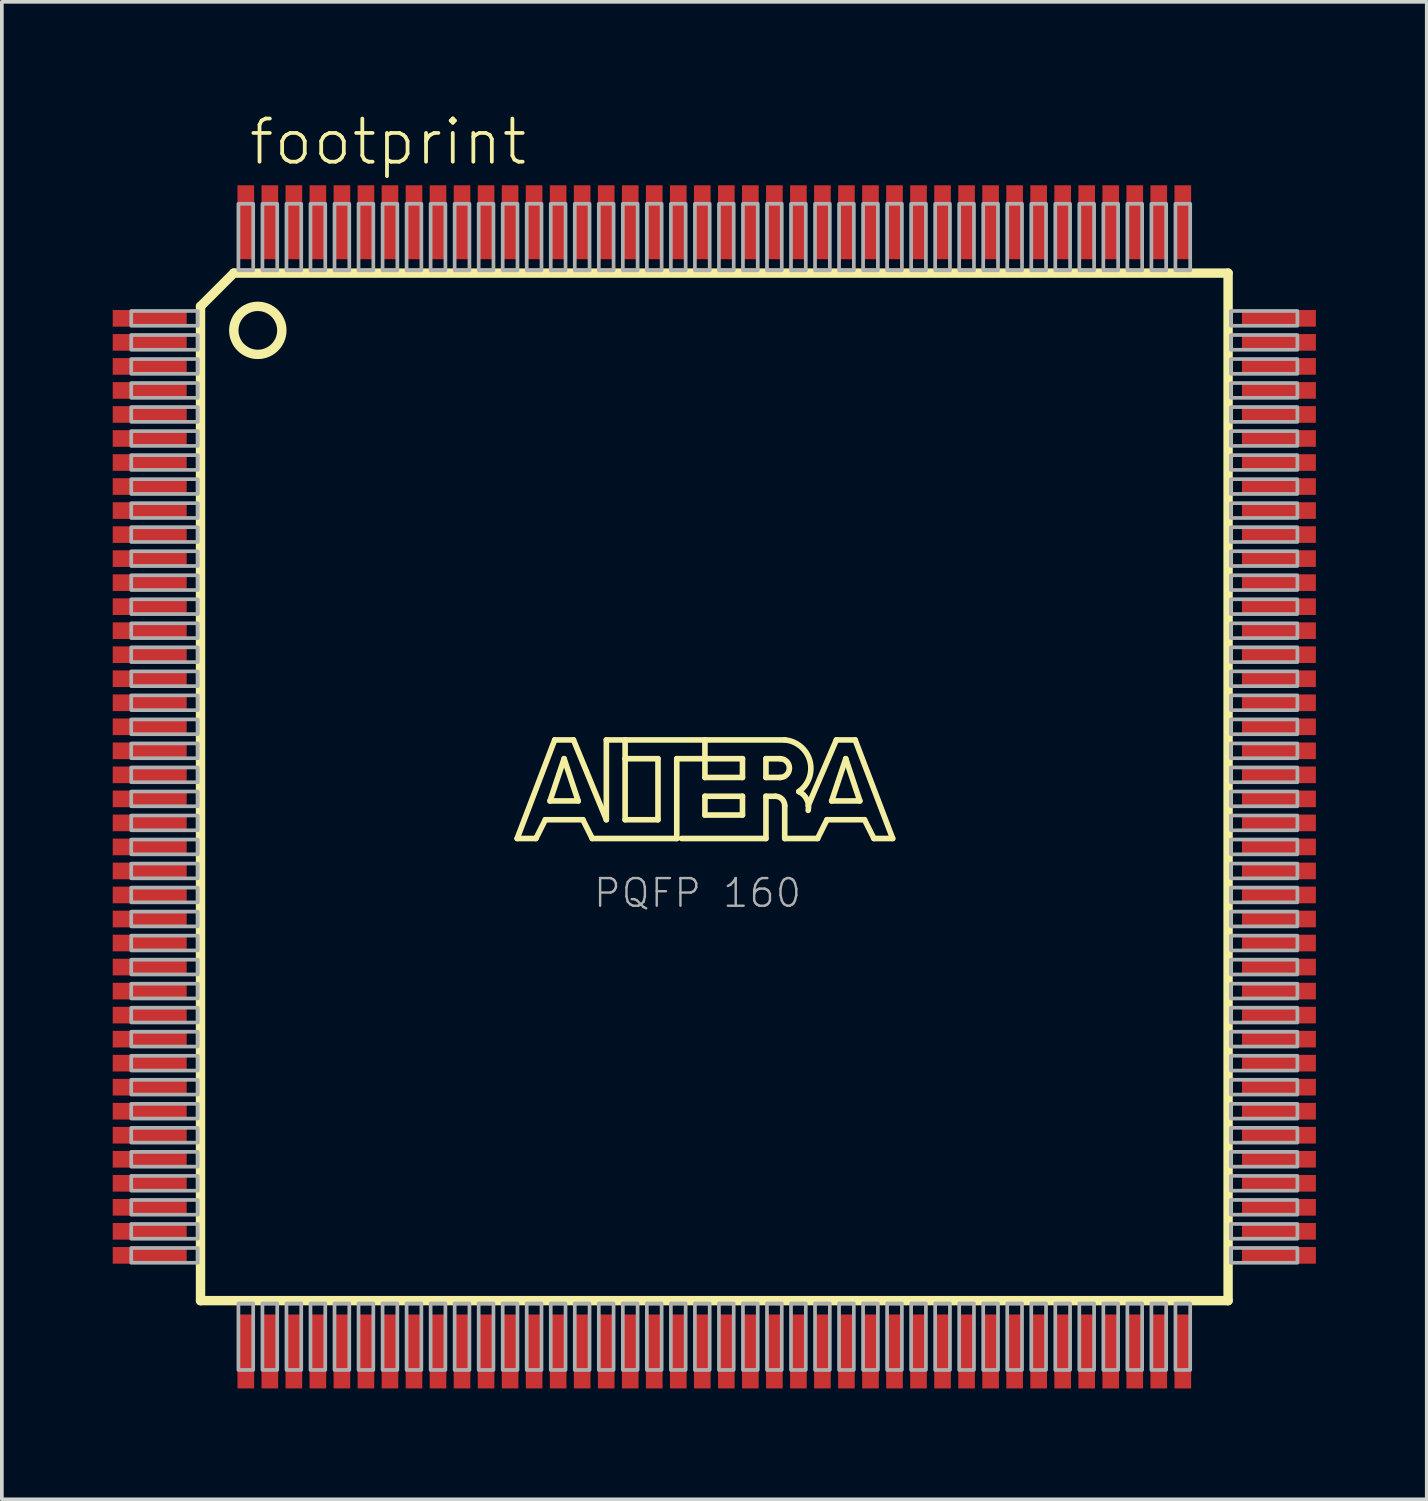
<source format=kicad_pcb>
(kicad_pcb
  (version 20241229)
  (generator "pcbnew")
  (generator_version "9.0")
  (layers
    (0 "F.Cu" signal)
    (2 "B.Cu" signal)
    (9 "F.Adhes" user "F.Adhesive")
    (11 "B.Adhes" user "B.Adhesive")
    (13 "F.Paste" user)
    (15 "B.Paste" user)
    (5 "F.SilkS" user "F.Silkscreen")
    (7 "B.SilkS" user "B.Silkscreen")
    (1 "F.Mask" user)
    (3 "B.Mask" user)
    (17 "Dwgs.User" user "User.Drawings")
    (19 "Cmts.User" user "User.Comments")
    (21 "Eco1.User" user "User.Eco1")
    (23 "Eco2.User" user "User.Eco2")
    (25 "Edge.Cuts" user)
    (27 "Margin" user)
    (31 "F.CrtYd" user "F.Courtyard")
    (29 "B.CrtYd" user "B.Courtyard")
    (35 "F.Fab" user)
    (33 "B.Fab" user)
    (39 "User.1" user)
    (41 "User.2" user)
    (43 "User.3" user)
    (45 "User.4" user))
  (footprint "footprint"
    (layer "F.Cu")
    (at 16.275 18.238)
    (property "Reference" "footprint" (at -12.649 -16.765 0) (layer "F.SilkS") (effects (font (size 1.168 1.168) (thickness 0.102)) (justify left bottom)))
    (fp_line (start -13.9 -13) (end -13 -13.9) (stroke (width 0.254) (type solid)) (layer "F.SilkS"))
    (fp_line (start -13.9 13.9) (end -13.9 -13) (stroke (width 0.254) (type solid)) (layer "F.SilkS"))
    (fp_line (start -13 -13.9) (end 13.9 -13.9) (stroke (width 0.254) (type solid)) (layer "F.SilkS"))
    (fp_line (start -5.334 1.397) (end -4.318 -1.27) (stroke (width 0.152) (type solid)) (layer "F.SilkS"))
    (fp_line (start -4.826 1.397) (end -5.334 1.397) (stroke (width 0.152) (type solid)) (layer "F.SilkS"))
    (fp_line (start -4.572 0.889) (end -4.826 1.397) (stroke (width 0.152) (type solid)) (layer "F.SilkS"))
    (fp_line (start -4.445 0.381) (end -3.683 0.381) (stroke (width 0.152) (type solid)) (layer "F.SilkS"))
    (fp_line (start -4.318 -1.27) (end -3.81 -1.27) (stroke (width 0.152) (type solid)) (layer "F.SilkS"))
    (fp_line (start -4.064 -0.762) (end -4.445 0.381) (stroke (width 0.152) (type solid)) (layer "F.SilkS"))
    (fp_line (start -3.81 -1.27) (end -2.921 0.889) (stroke (width 0.152) (type solid)) (layer "F.SilkS"))
    (fp_line (start -3.683 0.381) (end -4.064 -0.762) (stroke (width 0.152) (type solid)) (layer "F.SilkS"))
    (fp_line (start -3.556 0.889) (end -4.572 0.889) (stroke (width 0.152) (type solid)) (layer "F.SilkS"))
    (fp_line (start -3.302 1.397) (end -3.556 0.889) (stroke (width 0.152) (type solid)) (layer "F.SilkS"))
    (fp_line (start -2.921 -1.27) (end -2.413 -1.27) (stroke (width 0.152) (type solid)) (layer "F.SilkS"))
    (fp_line (start -2.921 0.889) (end -2.921 -1.27) (stroke (width 0.152) (type solid)) (layer "F.SilkS"))
    (fp_line (start -2.413 -1.27) (end -2.413 -0.762) (stroke (width 0.152) (type solid)) (layer "F.SilkS"))
    (fp_line (start -2.413 -1.27) (end -0.254 -1.27) (stroke (width 0.152) (type solid)) (layer "F.SilkS"))
    (fp_line (start -2.413 -0.762) (end -2.413 0.889) (stroke (width 0.152) (type solid)) (layer "F.SilkS"))
    (fp_line (start -2.413 0.889) (end -1.524 0.889) (stroke (width 0.152) (type solid)) (layer "F.SilkS"))
    (fp_line (start -1.524 -0.762) (end -2.413 -0.762) (stroke (width 0.152) (type solid)) (layer "F.SilkS"))
    (fp_line (start -1.524 0.889) (end -1.524 -0.762) (stroke (width 0.152) (type solid)) (layer "F.SilkS"))
    (fp_line (start -1.016 -0.762) (end -1.016 1.397) (stroke (width 0.152) (type solid)) (layer "F.SilkS"))
    (fp_line (start -1.016 1.397) (end -3.302 1.397) (stroke (width 0.152) (type solid)) (layer "F.SilkS"))
    (fp_line (start -0.254 -1.27) (end -0.254 -0.762) (stroke (width 0.152) (type solid)) (layer "F.SilkS"))
    (fp_line (start -0.254 -1.27) (end 1.905 -1.27) (stroke (width 0.152) (type solid)) (layer "F.SilkS"))
    (fp_line (start -0.254 -0.762) (end -1.016 -0.762) (stroke (width 0.152) (type solid)) (layer "F.SilkS"))
    (fp_line (start -0.254 -0.762) (end -0.254 -0.254) (stroke (width 0.152) (type solid)) (layer "F.SilkS"))
    (fp_line (start -0.254 -0.254) (end 0.762 -0.254) (stroke (width 0.152) (type solid)) (layer "F.SilkS"))
    (fp_line (start -0.254 0.254) (end 0.762 0.254) (stroke (width 0.152) (type solid)) (layer "F.SilkS"))
    (fp_line (start -0.254 0.762) (end -0.254 0.254) (stroke (width 0.152) (type solid)) (layer "F.SilkS"))
    (fp_line (start 0.762 -0.762) (end -0.254 -0.762) (stroke (width 0.152) (type solid)) (layer "F.SilkS"))
    (fp_line (start 0.762 -0.254) (end 0.762 -0.762) (stroke (width 0.152) (type solid)) (layer "F.SilkS"))
    (fp_line (start 0.762 0.254) (end 0.762 0.762) (stroke (width 0.152) (type solid)) (layer "F.SilkS"))
    (fp_line (start 0.762 0.762) (end -0.254 0.762) (stroke (width 0.152) (type solid)) (layer "F.SilkS"))
    (fp_line (start 1.397 -0.762) (end 1.397 -0.254) (stroke (width 0.152) (type solid)) (layer "F.SilkS"))
    (fp_line (start 1.397 -0.254) (end 1.778 -0.254) (stroke (width 0.152) (type solid)) (layer "F.SilkS"))
    (fp_line (start 1.397 0.254) (end 1.397 1.397) (stroke (width 0.152) (type solid)) (layer "F.SilkS"))
    (fp_line (start 1.397 0.254) (end 1.651 0.254) (stroke (width 0.152) (type solid)) (layer "F.SilkS"))
    (fp_line (start 1.397 1.397) (end -0.889 1.397) (stroke (width 0.152) (type solid)) (layer "F.SilkS"))
    (fp_line (start 1.778 -0.762) (end 1.397 -0.762) (stroke (width 0.152) (type solid)) (layer "F.SilkS"))
    (fp_line (start 1.905 0.508) (end 1.905 1.397) (stroke (width 0.152) (type solid)) (layer "F.SilkS"))
    (fp_line (start 1.905 1.397) (end 2.794 1.397) (stroke (width 0.152) (type solid)) (layer "F.SilkS"))
    (fp_line (start 2.794 1.397) (end 3.048 0.889) (stroke (width 0.152) (type solid)) (layer "F.SilkS"))
    (fp_line (start 3.048 0.889) (end 4.064 0.889) (stroke (width 0.152) (type solid)) (layer "F.SilkS"))
    (fp_line (start 3.175 0.381) (end 3.556 -0.762) (stroke (width 0.152) (type solid)) (layer "F.SilkS"))
    (fp_line (start 3.302 -1.27) (end 2.54 0.508) (stroke (width 0.152) (type solid)) (layer "F.SilkS"))
    (fp_line (start 3.556 -0.762) (end 3.937 0.381) (stroke (width 0.152) (type solid)) (layer "F.SilkS"))
    (fp_line (start 3.81 -1.27) (end 3.302 -1.27) (stroke (width 0.152) (type solid)) (layer "F.SilkS"))
    (fp_line (start 3.937 0.381) (end 3.175 0.381) (stroke (width 0.152) (type solid)) (layer "F.SilkS"))
    (fp_line (start 4.064 0.889) (end 4.318 1.397) (stroke (width 0.152) (type solid)) (layer "F.SilkS"))
    (fp_line (start 4.318 1.397) (end 4.826 1.397) (stroke (width 0.152) (type solid)) (layer "F.SilkS"))
    (fp_line (start 4.826 1.397) (end 3.81 -1.27) (stroke (width 0.152) (type solid)) (layer "F.SilkS"))
    (fp_line (start 13.9 -13.9) (end 13.9 13.9) (stroke (width 0.254) (type solid)) (layer "F.SilkS"))
    (fp_line (start 13.9 13.9) (end -13.9 13.9) (stroke (width 0.254) (type solid)) (layer "F.SilkS"))
    (fp_arc (start 1.651 0.254) (mid 1.830605 0.328395) (end 1.905 0.508) (stroke (width 0.1524) (type solid)) (layer "F.SilkS"))
    (fp_arc (start 1.778 -0.762) (mid 2.032 -0.508) (end 1.778 -0.254) (stroke (width 0.1524) (type solid)) (layer "F.SilkS"))
    (fp_arc (start 1.905 -1.27) (mid 2.585094 -0.704629) (end 2.286098 0.127701) (stroke (width 0.1524) (type solid)) (layer "F.SilkS"))
    (fp_arc (start 2.286 0.127) (mid 2.501981 0.336487) (end 2.539699 0.635) (stroke (width 0.1524) (type solid)) (layer "F.SilkS"))
    (fp_circle (center -12.35 -12.35) (end -11.7 -12.35) (stroke (width 0.254) (type solid)) (fill no) (layer "F.SilkS"))
    (fp_poly (pts (xy -15.775 -12.475) (xy -13.975 -12.475) (xy -13.975 -12.875) (xy -15.775 -12.875)) (stroke (width 0.1) (type solid)) (fill no) (layer "F.Fab"))
    (fp_poly (pts (xy -15.775 -11.825) (xy -13.975 -11.825) (xy -13.975 -12.225) (xy -15.775 -12.225)) (stroke (width 0.1) (type solid)) (fill no) (layer "F.Fab"))
    (fp_poly (pts (xy -15.775 -11.175) (xy -13.975 -11.175) (xy -13.975 -11.575) (xy -15.775 -11.575)) (stroke (width 0.1) (type solid)) (fill no) (layer "F.Fab"))
    (fp_poly (pts (xy -15.775 -10.525) (xy -13.975 -10.525) (xy -13.975 -10.925) (xy -15.775 -10.925)) (stroke (width 0.1) (type solid)) (fill no) (layer "F.Fab"))
    (fp_poly (pts (xy -15.775 -9.875) (xy -13.975 -9.875) (xy -13.975 -10.275) (xy -15.775 -10.275)) (stroke (width 0.1) (type solid)) (fill no) (layer "F.Fab"))
    (fp_poly (pts (xy -15.775 -9.225) (xy -13.975 -9.225) (xy -13.975 -9.625) (xy -15.775 -9.625)) (stroke (width 0.1) (type solid)) (fill no) (layer "F.Fab"))
    (fp_poly (pts (xy -15.775 -8.575) (xy -13.975 -8.575) (xy -13.975 -8.975) (xy -15.775 -8.975)) (stroke (width 0.1) (type solid)) (fill no) (layer "F.Fab"))
    (fp_poly (pts (xy -15.775 -7.925) (xy -13.975 -7.925) (xy -13.975 -8.325) (xy -15.775 -8.325)) (stroke (width 0.1) (type solid)) (fill no) (layer "F.Fab"))
    (fp_poly (pts (xy -15.775 -7.275) (xy -13.975 -7.275) (xy -13.975 -7.675) (xy -15.775 -7.675)) (stroke (width 0.1) (type solid)) (fill no) (layer "F.Fab"))
    (fp_poly (pts (xy -15.775 -6.625) (xy -13.975 -6.625) (xy -13.975 -7.025) (xy -15.775 -7.025)) (stroke (width 0.1) (type solid)) (fill no) (layer "F.Fab"))
    (fp_poly (pts (xy -15.775 -5.975) (xy -13.975 -5.975) (xy -13.975 -6.375) (xy -15.775 -6.375)) (stroke (width 0.1) (type solid)) (fill no) (layer "F.Fab"))
    (fp_poly (pts (xy -15.775 -5.325) (xy -13.975 -5.325) (xy -13.975 -5.725) (xy -15.775 -5.725)) (stroke (width 0.1) (type solid)) (fill no) (layer "F.Fab"))
    (fp_poly (pts (xy -15.775 -4.675) (xy -13.975 -4.675) (xy -13.975 -5.075) (xy -15.775 -5.075)) (stroke (width 0.1) (type solid)) (fill no) (layer "F.Fab"))
    (fp_poly (pts (xy -15.775 -4.025) (xy -13.975 -4.025) (xy -13.975 -4.425) (xy -15.775 -4.425)) (stroke (width 0.1) (type solid)) (fill no) (layer "F.Fab"))
    (fp_poly (pts (xy -15.775 -3.375) (xy -13.975 -3.375) (xy -13.975 -3.775) (xy -15.775 -3.775)) (stroke (width 0.1) (type solid)) (fill no) (layer "F.Fab"))
    (fp_poly (pts (xy -15.775 -2.725) (xy -13.975 -2.725) (xy -13.975 -3.125) (xy -15.775 -3.125)) (stroke (width 0.1) (type solid)) (fill no) (layer "F.Fab"))
    (fp_poly (pts (xy -15.775 -2.075) (xy -13.975 -2.075) (xy -13.975 -2.475) (xy -15.775 -2.475)) (stroke (width 0.1) (type solid)) (fill no) (layer "F.Fab"))
    (fp_poly (pts (xy -15.775 -1.425) (xy -13.975 -1.425) (xy -13.975 -1.825) (xy -15.775 -1.825)) (stroke (width 0.1) (type solid)) (fill no) (layer "F.Fab"))
    (fp_poly (pts (xy -15.775 -0.775) (xy -13.975 -0.775) (xy -13.975 -1.175) (xy -15.775 -1.175)) (stroke (width 0.1) (type solid)) (fill no) (layer "F.Fab"))
    (fp_poly (pts (xy -15.775 -0.125) (xy -13.975 -0.125) (xy -13.975 -0.525) (xy -15.775 -0.525)) (stroke (width 0.1) (type solid)) (fill no) (layer "F.Fab"))
    (fp_poly (pts (xy -15.775 0.525) (xy -13.975 0.525) (xy -13.975 0.125) (xy -15.775 0.125)) (stroke (width 0.1) (type solid)) (fill no) (layer "F.Fab"))
    (fp_poly (pts (xy -15.775 1.175) (xy -13.975 1.175) (xy -13.975 0.775) (xy -15.775 0.775)) (stroke (width 0.1) (type solid)) (fill no) (layer "F.Fab"))
    (fp_poly (pts (xy -15.775 1.825) (xy -13.975 1.825) (xy -13.975 1.425) (xy -15.775 1.425)) (stroke (width 0.1) (type solid)) (fill no) (layer "F.Fab"))
    (fp_poly (pts (xy -15.775 2.475) (xy -13.975 2.475) (xy -13.975 2.075) (xy -15.775 2.075)) (stroke (width 0.1) (type solid)) (fill no) (layer "F.Fab"))
    (fp_poly (pts (xy -15.775 3.125) (xy -13.975 3.125) (xy -13.975 2.725) (xy -15.775 2.725)) (stroke (width 0.1) (type solid)) (fill no) (layer "F.Fab"))
    (fp_poly (pts (xy -15.775 3.775) (xy -13.975 3.775) (xy -13.975 3.375) (xy -15.775 3.375)) (stroke (width 0.1) (type solid)) (fill no) (layer "F.Fab"))
    (fp_poly (pts (xy -15.775 4.425) (xy -13.975 4.425) (xy -13.975 4.025) (xy -15.775 4.025)) (stroke (width 0.1) (type solid)) (fill no) (layer "F.Fab"))
    (fp_poly (pts (xy -15.775 5.075) (xy -13.975 5.075) (xy -13.975 4.675) (xy -15.775 4.675)) (stroke (width 0.1) (type solid)) (fill no) (layer "F.Fab"))
    (fp_poly (pts (xy -15.775 5.725) (xy -13.975 5.725) (xy -13.975 5.325) (xy -15.775 5.325)) (stroke (width 0.1) (type solid)) (fill no) (layer "F.Fab"))
    (fp_poly (pts (xy -15.775 6.375) (xy -13.975 6.375) (xy -13.975 5.975) (xy -15.775 5.975)) (stroke (width 0.1) (type solid)) (fill no) (layer "F.Fab"))
    (fp_poly (pts (xy -15.775 7.025) (xy -13.975 7.025) (xy -13.975 6.625) (xy -15.775 6.625)) (stroke (width 0.1) (type solid)) (fill no) (layer "F.Fab"))
    (fp_poly (pts (xy -15.775 7.675) (xy -13.975 7.675) (xy -13.975 7.275) (xy -15.775 7.275)) (stroke (width 0.1) (type solid)) (fill no) (layer "F.Fab"))
    (fp_poly (pts (xy -15.775 8.325) (xy -13.975 8.325) (xy -13.975 7.925) (xy -15.775 7.925)) (stroke (width 0.1) (type solid)) (fill no) (layer "F.Fab"))
    (fp_poly (pts (xy -15.775 8.975) (xy -13.975 8.975) (xy -13.975 8.575) (xy -15.775 8.575)) (stroke (width 0.1) (type solid)) (fill no) (layer "F.Fab"))
    (fp_poly (pts (xy -15.775 9.625) (xy -13.975 9.625) (xy -13.975 9.225) (xy -15.775 9.225)) (stroke (width 0.1) (type solid)) (fill no) (layer "F.Fab"))
    (fp_poly (pts (xy -15.775 10.275) (xy -13.975 10.275) (xy -13.975 9.875) (xy -15.775 9.875)) (stroke (width 0.1) (type solid)) (fill no) (layer "F.Fab"))
    (fp_poly (pts (xy -15.775 10.925) (xy -13.975 10.925) (xy -13.975 10.525) (xy -15.775 10.525)) (stroke (width 0.1) (type solid)) (fill no) (layer "F.Fab"))
    (fp_poly (pts (xy -15.775 11.575) (xy -13.975 11.575) (xy -13.975 11.175) (xy -15.775 11.175)) (stroke (width 0.1) (type solid)) (fill no) (layer "F.Fab"))
    (fp_poly (pts (xy -15.775 12.225) (xy -13.975 12.225) (xy -13.975 11.825) (xy -15.775 11.825)) (stroke (width 0.1) (type solid)) (fill no) (layer "F.Fab"))
    (fp_poly (pts (xy -15.775 12.875) (xy -13.975 12.875) (xy -13.975 12.475) (xy -15.775 12.475)) (stroke (width 0.1) (type solid)) (fill no) (layer "F.Fab"))
    (fp_poly (pts (xy -12.875 -13.975) (xy -12.475 -13.975) (xy -12.475 -15.775) (xy -12.875 -15.775)) (stroke (width 0.1) (type solid)) (fill no) (layer "F.Fab"))
    (fp_poly (pts (xy -12.875 15.775) (xy -12.475 15.775) (xy -12.475 13.975) (xy -12.875 13.975)) (stroke (width 0.1) (type solid)) (fill no) (layer "F.Fab"))
    (fp_poly (pts (xy -12.225 -13.975) (xy -11.825 -13.975) (xy -11.825 -15.775) (xy -12.225 -15.775)) (stroke (width 0.1) (type solid)) (fill no) (layer "F.Fab"))
    (fp_poly (pts (xy -12.225 15.775) (xy -11.825 15.775) (xy -11.825 13.975) (xy -12.225 13.975)) (stroke (width 0.1) (type solid)) (fill no) (layer "F.Fab"))
    (fp_poly (pts (xy -11.575 -13.975) (xy -11.175 -13.975) (xy -11.175 -15.775) (xy -11.575 -15.775)) (stroke (width 0.1) (type solid)) (fill no) (layer "F.Fab"))
    (fp_poly (pts (xy -11.575 15.775) (xy -11.175 15.775) (xy -11.175 13.975) (xy -11.575 13.975)) (stroke (width 0.1) (type solid)) (fill no) (layer "F.Fab"))
    (fp_poly (pts (xy -10.925 -13.975) (xy -10.525 -13.975) (xy -10.525 -15.775) (xy -10.925 -15.775)) (stroke (width 0.1) (type solid)) (fill no) (layer "F.Fab"))
    (fp_poly (pts (xy -10.925 15.775) (xy -10.525 15.775) (xy -10.525 13.975) (xy -10.925 13.975)) (stroke (width 0.1) (type solid)) (fill no) (layer "F.Fab"))
    (fp_poly (pts (xy -10.275 -13.975) (xy -9.875 -13.975) (xy -9.875 -15.775) (xy -10.275 -15.775)) (stroke (width 0.1) (type solid)) (fill no) (layer "F.Fab"))
    (fp_poly (pts (xy -10.275 15.775) (xy -9.875 15.775) (xy -9.875 13.975) (xy -10.275 13.975)) (stroke (width 0.1) (type solid)) (fill no) (layer "F.Fab"))
    (fp_poly (pts (xy -9.625 -13.975) (xy -9.225 -13.975) (xy -9.225 -15.775) (xy -9.625 -15.775)) (stroke (width 0.1) (type solid)) (fill no) (layer "F.Fab"))
    (fp_poly (pts (xy -9.625 15.775) (xy -9.225 15.775) (xy -9.225 13.975) (xy -9.625 13.975)) (stroke (width 0.1) (type solid)) (fill no) (layer "F.Fab"))
    (fp_poly (pts (xy -8.975 -13.975) (xy -8.575 -13.975) (xy -8.575 -15.775) (xy -8.975 -15.775)) (stroke (width 0.1) (type solid)) (fill no) (layer "F.Fab"))
    (fp_poly (pts (xy -8.975 15.775) (xy -8.575 15.775) (xy -8.575 13.975) (xy -8.975 13.975)) (stroke (width 0.1) (type solid)) (fill no) (layer "F.Fab"))
    (fp_poly (pts (xy -8.325 -13.975) (xy -7.925 -13.975) (xy -7.925 -15.775) (xy -8.325 -15.775)) (stroke (width 0.1) (type solid)) (fill no) (layer "F.Fab"))
    (fp_poly (pts (xy -8.325 15.775) (xy -7.925 15.775) (xy -7.925 13.975) (xy -8.325 13.975)) (stroke (width 0.1) (type solid)) (fill no) (layer "F.Fab"))
    (fp_poly (pts (xy -7.675 -13.975) (xy -7.275 -13.975) (xy -7.275 -15.775) (xy -7.675 -15.775)) (stroke (width 0.1) (type solid)) (fill no) (layer "F.Fab"))
    (fp_poly (pts (xy -7.675 15.775) (xy -7.275 15.775) (xy -7.275 13.975) (xy -7.675 13.975)) (stroke (width 0.1) (type solid)) (fill no) (layer "F.Fab"))
    (fp_poly (pts (xy -7.025 -13.975) (xy -6.625 -13.975) (xy -6.625 -15.775) (xy -7.025 -15.775)) (stroke (width 0.1) (type solid)) (fill no) (layer "F.Fab"))
    (fp_poly (pts (xy -7.025 15.775) (xy -6.625 15.775) (xy -6.625 13.975) (xy -7.025 13.975)) (stroke (width 0.1) (type solid)) (fill no) (layer "F.Fab"))
    (fp_poly (pts (xy -6.375 -13.975) (xy -5.975 -13.975) (xy -5.975 -15.775) (xy -6.375 -15.775)) (stroke (width 0.1) (type solid)) (fill no) (layer "F.Fab"))
    (fp_poly (pts (xy -6.375 15.775) (xy -5.975 15.775) (xy -5.975 13.975) (xy -6.375 13.975)) (stroke (width 0.1) (type solid)) (fill no) (layer "F.Fab"))
    (fp_poly (pts (xy -5.725 -13.975) (xy -5.325 -13.975) (xy -5.325 -15.775) (xy -5.725 -15.775)) (stroke (width 0.1) (type solid)) (fill no) (layer "F.Fab"))
    (fp_poly (pts (xy -5.725 15.775) (xy -5.325 15.775) (xy -5.325 13.975) (xy -5.725 13.975)) (stroke (width 0.1) (type solid)) (fill no) (layer "F.Fab"))
    (fp_poly (pts (xy -5.075 -13.975) (xy -4.675 -13.975) (xy -4.675 -15.775) (xy -5.075 -15.775)) (stroke (width 0.1) (type solid)) (fill no) (layer "F.Fab"))
    (fp_poly (pts (xy -5.075 15.775) (xy -4.675 15.775) (xy -4.675 13.975) (xy -5.075 13.975)) (stroke (width 0.1) (type solid)) (fill no) (layer "F.Fab"))
    (fp_poly (pts (xy -4.425 -13.975) (xy -4.025 -13.975) (xy -4.025 -15.775) (xy -4.425 -15.775)) (stroke (width 0.1) (type solid)) (fill no) (layer "F.Fab"))
    (fp_poly (pts (xy -4.425 15.775) (xy -4.025 15.775) (xy -4.025 13.975) (xy -4.425 13.975)) (stroke (width 0.1) (type solid)) (fill no) (layer "F.Fab"))
    (fp_poly (pts (xy -3.775 -13.975) (xy -3.375 -13.975) (xy -3.375 -15.775) (xy -3.775 -15.775)) (stroke (width 0.1) (type solid)) (fill no) (layer "F.Fab"))
    (fp_poly (pts (xy -3.775 15.775) (xy -3.375 15.775) (xy -3.375 13.975) (xy -3.775 13.975)) (stroke (width 0.1) (type solid)) (fill no) (layer "F.Fab"))
    (fp_poly (pts (xy -3.125 -13.975) (xy -2.725 -13.975) (xy -2.725 -15.775) (xy -3.125 -15.775)) (stroke (width 0.1) (type solid)) (fill no) (layer "F.Fab"))
    (fp_poly (pts (xy -3.125 15.775) (xy -2.725 15.775) (xy -2.725 13.975) (xy -3.125 13.975)) (stroke (width 0.1) (type solid)) (fill no) (layer "F.Fab"))
    (fp_poly (pts (xy -2.475 -13.975) (xy -2.075 -13.975) (xy -2.075 -15.775) (xy -2.475 -15.775)) (stroke (width 0.1) (type solid)) (fill no) (layer "F.Fab"))
    (fp_poly (pts (xy -2.475 15.775) (xy -2.075 15.775) (xy -2.075 13.975) (xy -2.475 13.975)) (stroke (width 0.1) (type solid)) (fill no) (layer "F.Fab"))
    (fp_poly (pts (xy -1.825 -13.975) (xy -1.425 -13.975) (xy -1.425 -15.775) (xy -1.825 -15.775)) (stroke (width 0.1) (type solid)) (fill no) (layer "F.Fab"))
    (fp_poly (pts (xy -1.825 15.775) (xy -1.425 15.775) (xy -1.425 13.975) (xy -1.825 13.975)) (stroke (width 0.1) (type solid)) (fill no) (layer "F.Fab"))
    (fp_poly (pts (xy -1.175 -13.975) (xy -0.775 -13.975) (xy -0.775 -15.775) (xy -1.175 -15.775)) (stroke (width 0.1) (type solid)) (fill no) (layer "F.Fab"))
    (fp_poly (pts (xy -1.175 15.775) (xy -0.775 15.775) (xy -0.775 13.975) (xy -1.175 13.975)) (stroke (width 0.1) (type solid)) (fill no) (layer "F.Fab"))
    (fp_poly (pts (xy -0.525 -13.975) (xy -0.125 -13.975) (xy -0.125 -15.775) (xy -0.525 -15.775)) (stroke (width 0.1) (type solid)) (fill no) (layer "F.Fab"))
    (fp_poly (pts (xy -0.525 15.775) (xy -0.125 15.775) (xy -0.125 13.975) (xy -0.525 13.975)) (stroke (width 0.1) (type solid)) (fill no) (layer "F.Fab"))
    (fp_poly (pts (xy 0.125 -13.975) (xy 0.525 -13.975) (xy 0.525 -15.775) (xy 0.125 -15.775)) (stroke (width 0.1) (type solid)) (fill no) (layer "F.Fab"))
    (fp_poly (pts (xy 0.125 15.775) (xy 0.525 15.775) (xy 0.525 13.975) (xy 0.125 13.975)) (stroke (width 0.1) (type solid)) (fill no) (layer "F.Fab"))
    (fp_poly (pts (xy 0.775 -13.975) (xy 1.175 -13.975) (xy 1.175 -15.775) (xy 0.775 -15.775)) (stroke (width 0.1) (type solid)) (fill no) (layer "F.Fab"))
    (fp_poly (pts (xy 0.775 15.775) (xy 1.175 15.775) (xy 1.175 13.975) (xy 0.775 13.975)) (stroke (width 0.1) (type solid)) (fill no) (layer "F.Fab"))
    (fp_poly (pts (xy 1.425 -13.975) (xy 1.825 -13.975) (xy 1.825 -15.775) (xy 1.425 -15.775)) (stroke (width 0.1) (type solid)) (fill no) (layer "F.Fab"))
    (fp_poly (pts (xy 1.425 15.775) (xy 1.825 15.775) (xy 1.825 13.975) (xy 1.425 13.975)) (stroke (width 0.1) (type solid)) (fill no) (layer "F.Fab"))
    (fp_poly (pts (xy 2.075 -13.975) (xy 2.475 -13.975) (xy 2.475 -15.775) (xy 2.075 -15.775)) (stroke (width 0.1) (type solid)) (fill no) (layer "F.Fab"))
    (fp_poly (pts (xy 2.075 15.775) (xy 2.475 15.775) (xy 2.475 13.975) (xy 2.075 13.975)) (stroke (width 0.1) (type solid)) (fill no) (layer "F.Fab"))
    (fp_poly (pts (xy 2.725 -13.975) (xy 3.125 -13.975) (xy 3.125 -15.775) (xy 2.725 -15.775)) (stroke (width 0.1) (type solid)) (fill no) (layer "F.Fab"))
    (fp_poly (pts (xy 2.725 15.775) (xy 3.125 15.775) (xy 3.125 13.975) (xy 2.725 13.975)) (stroke (width 0.1) (type solid)) (fill no) (layer "F.Fab"))
    (fp_poly (pts (xy 3.375 -13.975) (xy 3.775 -13.975) (xy 3.775 -15.775) (xy 3.375 -15.775)) (stroke (width 0.1) (type solid)) (fill no) (layer "F.Fab"))
    (fp_poly (pts (xy 3.375 15.775) (xy 3.775 15.775) (xy 3.775 13.975) (xy 3.375 13.975)) (stroke (width 0.1) (type solid)) (fill no) (layer "F.Fab"))
    (fp_poly (pts (xy 4.025 -13.975) (xy 4.425 -13.975) (xy 4.425 -15.775) (xy 4.025 -15.775)) (stroke (width 0.1) (type solid)) (fill no) (layer "F.Fab"))
    (fp_poly (pts (xy 4.025 15.775) (xy 4.425 15.775) (xy 4.425 13.975) (xy 4.025 13.975)) (stroke (width 0.1) (type solid)) (fill no) (layer "F.Fab"))
    (fp_poly (pts (xy 4.675 -13.975) (xy 5.075 -13.975) (xy 5.075 -15.775) (xy 4.675 -15.775)) (stroke (width 0.1) (type solid)) (fill no) (layer "F.Fab"))
    (fp_poly (pts (xy 4.675 15.775) (xy 5.075 15.775) (xy 5.075 13.975) (xy 4.675 13.975)) (stroke (width 0.1) (type solid)) (fill no) (layer "F.Fab"))
    (fp_poly (pts (xy 5.325 -13.975) (xy 5.725 -13.975) (xy 5.725 -15.775) (xy 5.325 -15.775)) (stroke (width 0.1) (type solid)) (fill no) (layer "F.Fab"))
    (fp_poly (pts (xy 5.325 15.775) (xy 5.725 15.775) (xy 5.725 13.975) (xy 5.325 13.975)) (stroke (width 0.1) (type solid)) (fill no) (layer "F.Fab"))
    (fp_poly (pts (xy 5.975 -13.975) (xy 6.375 -13.975) (xy 6.375 -15.775) (xy 5.975 -15.775)) (stroke (width 0.1) (type solid)) (fill no) (layer "F.Fab"))
    (fp_poly (pts (xy 5.975 15.775) (xy 6.375 15.775) (xy 6.375 13.975) (xy 5.975 13.975)) (stroke (width 0.1) (type solid)) (fill no) (layer "F.Fab"))
    (fp_poly (pts (xy 6.625 -13.975) (xy 7.025 -13.975) (xy 7.025 -15.775) (xy 6.625 -15.775)) (stroke (width 0.1) (type solid)) (fill no) (layer "F.Fab"))
    (fp_poly (pts (xy 6.625 15.775) (xy 7.025 15.775) (xy 7.025 13.975) (xy 6.625 13.975)) (stroke (width 0.1) (type solid)) (fill no) (layer "F.Fab"))
    (fp_poly (pts (xy 7.275 -13.975) (xy 7.675 -13.975) (xy 7.675 -15.775) (xy 7.275 -15.775)) (stroke (width 0.1) (type solid)) (fill no) (layer "F.Fab"))
    (fp_poly (pts (xy 7.275 15.775) (xy 7.675 15.775) (xy 7.675 13.975) (xy 7.275 13.975)) (stroke (width 0.1) (type solid)) (fill no) (layer "F.Fab"))
    (fp_poly (pts (xy 7.925 -13.975) (xy 8.325 -13.975) (xy 8.325 -15.775) (xy 7.925 -15.775)) (stroke (width 0.1) (type solid)) (fill no) (layer "F.Fab"))
    (fp_poly (pts (xy 7.925 15.775) (xy 8.325 15.775) (xy 8.325 13.975) (xy 7.925 13.975)) (stroke (width 0.1) (type solid)) (fill no) (layer "F.Fab"))
    (fp_poly (pts (xy 8.575 -13.975) (xy 8.975 -13.975) (xy 8.975 -15.775) (xy 8.575 -15.775)) (stroke (width 0.1) (type solid)) (fill no) (layer "F.Fab"))
    (fp_poly (pts (xy 8.575 15.775) (xy 8.975 15.775) (xy 8.975 13.975) (xy 8.575 13.975)) (stroke (width 0.1) (type solid)) (fill no) (layer "F.Fab"))
    (fp_poly (pts (xy 9.225 -13.975) (xy 9.625 -13.975) (xy 9.625 -15.775) (xy 9.225 -15.775)) (stroke (width 0.1) (type solid)) (fill no) (layer "F.Fab"))
    (fp_poly (pts (xy 9.225 15.775) (xy 9.625 15.775) (xy 9.625 13.975) (xy 9.225 13.975)) (stroke (width 0.1) (type solid)) (fill no) (layer "F.Fab"))
    (fp_poly (pts (xy 9.875 -13.975) (xy 10.275 -13.975) (xy 10.275 -15.775) (xy 9.875 -15.775)) (stroke (width 0.1) (type solid)) (fill no) (layer "F.Fab"))
    (fp_poly (pts (xy 9.875 15.775) (xy 10.275 15.775) (xy 10.275 13.975) (xy 9.875 13.975)) (stroke (width 0.1) (type solid)) (fill no) (layer "F.Fab"))
    (fp_poly (pts (xy 10.525 -13.975) (xy 10.925 -13.975) (xy 10.925 -15.775) (xy 10.525 -15.775)) (stroke (width 0.1) (type solid)) (fill no) (layer "F.Fab"))
    (fp_poly (pts (xy 10.525 15.775) (xy 10.925 15.775) (xy 10.925 13.975) (xy 10.525 13.975)) (stroke (width 0.1) (type solid)) (fill no) (layer "F.Fab"))
    (fp_poly (pts (xy 11.175 -13.975) (xy 11.575 -13.975) (xy 11.575 -15.775) (xy 11.175 -15.775)) (stroke (width 0.1) (type solid)) (fill no) (layer "F.Fab"))
    (fp_poly (pts (xy 11.175 15.775) (xy 11.575 15.775) (xy 11.575 13.975) (xy 11.175 13.975)) (stroke (width 0.1) (type solid)) (fill no) (layer "F.Fab"))
    (fp_poly (pts (xy 11.825 -13.975) (xy 12.225 -13.975) (xy 12.225 -15.775) (xy 11.825 -15.775)) (stroke (width 0.1) (type solid)) (fill no) (layer "F.Fab"))
    (fp_poly (pts (xy 11.825 15.775) (xy 12.225 15.775) (xy 12.225 13.975) (xy 11.825 13.975)) (stroke (width 0.1) (type solid)) (fill no) (layer "F.Fab"))
    (fp_poly (pts (xy 12.475 -13.975) (xy 12.875 -13.975) (xy 12.875 -15.775) (xy 12.475 -15.775)) (stroke (width 0.1) (type solid)) (fill no) (layer "F.Fab"))
    (fp_poly (pts (xy 12.475 15.775) (xy 12.875 15.775) (xy 12.875 13.975) (xy 12.475 13.975)) (stroke (width 0.1) (type solid)) (fill no) (layer "F.Fab"))
    (fp_poly (pts (xy 13.975 -12.475) (xy 15.775 -12.475) (xy 15.775 -12.875) (xy 13.975 -12.875)) (stroke (width 0.1) (type solid)) (fill no) (layer "F.Fab"))
    (fp_poly (pts (xy 13.975 -11.825) (xy 15.775 -11.825) (xy 15.775 -12.225) (xy 13.975 -12.225)) (stroke (width 0.1) (type solid)) (fill no) (layer "F.Fab"))
    (fp_poly (pts (xy 13.975 -11.175) (xy 15.775 -11.175) (xy 15.775 -11.575) (xy 13.975 -11.575)) (stroke (width 0.1) (type solid)) (fill no) (layer "F.Fab"))
    (fp_poly (pts (xy 13.975 -10.525) (xy 15.775 -10.525) (xy 15.775 -10.925) (xy 13.975 -10.925)) (stroke (width 0.1) (type solid)) (fill no) (layer "F.Fab"))
    (fp_poly (pts (xy 13.975 -9.875) (xy 15.775 -9.875) (xy 15.775 -10.275) (xy 13.975 -10.275)) (stroke (width 0.1) (type solid)) (fill no) (layer "F.Fab"))
    (fp_poly (pts (xy 13.975 -9.225) (xy 15.775 -9.225) (xy 15.775 -9.625) (xy 13.975 -9.625)) (stroke (width 0.1) (type solid)) (fill no) (layer "F.Fab"))
    (fp_poly (pts (xy 13.975 -8.575) (xy 15.775 -8.575) (xy 15.775 -8.975) (xy 13.975 -8.975)) (stroke (width 0.1) (type solid)) (fill no) (layer "F.Fab"))
    (fp_poly (pts (xy 13.975 -7.925) (xy 15.775 -7.925) (xy 15.775 -8.325) (xy 13.975 -8.325)) (stroke (width 0.1) (type solid)) (fill no) (layer "F.Fab"))
    (fp_poly (pts (xy 13.975 -7.275) (xy 15.775 -7.275) (xy 15.775 -7.675) (xy 13.975 -7.675)) (stroke (width 0.1) (type solid)) (fill no) (layer "F.Fab"))
    (fp_poly (pts (xy 13.975 -6.625) (xy 15.775 -6.625) (xy 15.775 -7.025) (xy 13.975 -7.025)) (stroke (width 0.1) (type solid)) (fill no) (layer "F.Fab"))
    (fp_poly (pts (xy 13.975 -5.975) (xy 15.775 -5.975) (xy 15.775 -6.375) (xy 13.975 -6.375)) (stroke (width 0.1) (type solid)) (fill no) (layer "F.Fab"))
    (fp_poly (pts (xy 13.975 -5.325) (xy 15.775 -5.325) (xy 15.775 -5.725) (xy 13.975 -5.725)) (stroke (width 0.1) (type solid)) (fill no) (layer "F.Fab"))
    (fp_poly (pts (xy 13.975 -4.675) (xy 15.775 -4.675) (xy 15.775 -5.075) (xy 13.975 -5.075)) (stroke (width 0.1) (type solid)) (fill no) (layer "F.Fab"))
    (fp_poly (pts (xy 13.975 -4.025) (xy 15.775 -4.025) (xy 15.775 -4.425) (xy 13.975 -4.425)) (stroke (width 0.1) (type solid)) (fill no) (layer "F.Fab"))
    (fp_poly (pts (xy 13.975 -3.375) (xy 15.775 -3.375) (xy 15.775 -3.775) (xy 13.975 -3.775)) (stroke (width 0.1) (type solid)) (fill no) (layer "F.Fab"))
    (fp_poly (pts (xy 13.975 -2.725) (xy 15.775 -2.725) (xy 15.775 -3.125) (xy 13.975 -3.125)) (stroke (width 0.1) (type solid)) (fill no) (layer "F.Fab"))
    (fp_poly (pts (xy 13.975 -2.075) (xy 15.775 -2.075) (xy 15.775 -2.475) (xy 13.975 -2.475)) (stroke (width 0.1) (type solid)) (fill no) (layer "F.Fab"))
    (fp_poly (pts (xy 13.975 -1.425) (xy 15.775 -1.425) (xy 15.775 -1.825) (xy 13.975 -1.825)) (stroke (width 0.1) (type solid)) (fill no) (layer "F.Fab"))
    (fp_poly (pts (xy 13.975 -0.775) (xy 15.775 -0.775) (xy 15.775 -1.175) (xy 13.975 -1.175)) (stroke (width 0.1) (type solid)) (fill no) (layer "F.Fab"))
    (fp_poly (pts (xy 13.975 -0.125) (xy 15.775 -0.125) (xy 15.775 -0.525) (xy 13.975 -0.525)) (stroke (width 0.1) (type solid)) (fill no) (layer "F.Fab"))
    (fp_poly (pts (xy 13.975 0.525) (xy 15.775 0.525) (xy 15.775 0.125) (xy 13.975 0.125)) (stroke (width 0.1) (type solid)) (fill no) (layer "F.Fab"))
    (fp_poly (pts (xy 13.975 1.175) (xy 15.775 1.175) (xy 15.775 0.775) (xy 13.975 0.775)) (stroke (width 0.1) (type solid)) (fill no) (layer "F.Fab"))
    (fp_poly (pts (xy 13.975 1.825) (xy 15.775 1.825) (xy 15.775 1.425) (xy 13.975 1.425)) (stroke (width 0.1) (type solid)) (fill no) (layer "F.Fab"))
    (fp_poly (pts (xy 13.975 2.475) (xy 15.775 2.475) (xy 15.775 2.075) (xy 13.975 2.075)) (stroke (width 0.1) (type solid)) (fill no) (layer "F.Fab"))
    (fp_poly (pts (xy 13.975 3.125) (xy 15.775 3.125) (xy 15.775 2.725) (xy 13.975 2.725)) (stroke (width 0.1) (type solid)) (fill no) (layer "F.Fab"))
    (fp_poly (pts (xy 13.975 3.775) (xy 15.775 3.775) (xy 15.775 3.375) (xy 13.975 3.375)) (stroke (width 0.1) (type solid)) (fill no) (layer "F.Fab"))
    (fp_poly (pts (xy 13.975 4.425) (xy 15.775 4.425) (xy 15.775 4.025) (xy 13.975 4.025)) (stroke (width 0.1) (type solid)) (fill no) (layer "F.Fab"))
    (fp_poly (pts (xy 13.975 5.075) (xy 15.775 5.075) (xy 15.775 4.675) (xy 13.975 4.675)) (stroke (width 0.1) (type solid)) (fill no) (layer "F.Fab"))
    (fp_poly (pts (xy 13.975 5.725) (xy 15.775 5.725) (xy 15.775 5.325) (xy 13.975 5.325)) (stroke (width 0.1) (type solid)) (fill no) (layer "F.Fab"))
    (fp_poly (pts (xy 13.975 6.375) (xy 15.775 6.375) (xy 15.775 5.975) (xy 13.975 5.975)) (stroke (width 0.1) (type solid)) (fill no) (layer "F.Fab"))
    (fp_poly (pts (xy 13.975 7.025) (xy 15.775 7.025) (xy 15.775 6.625) (xy 13.975 6.625)) (stroke (width 0.1) (type solid)) (fill no) (layer "F.Fab"))
    (fp_poly (pts (xy 13.975 7.675) (xy 15.775 7.675) (xy 15.775 7.275) (xy 13.975 7.275)) (stroke (width 0.1) (type solid)) (fill no) (layer "F.Fab"))
    (fp_poly (pts (xy 13.975 8.325) (xy 15.775 8.325) (xy 15.775 7.925) (xy 13.975 7.925)) (stroke (width 0.1) (type solid)) (fill no) (layer "F.Fab"))
    (fp_poly (pts (xy 13.975 8.975) (xy 15.775 8.975) (xy 15.775 8.575) (xy 13.975 8.575)) (stroke (width 0.1) (type solid)) (fill no) (layer "F.Fab"))
    (fp_poly (pts (xy 13.975 9.625) (xy 15.775 9.625) (xy 15.775 9.225) (xy 13.975 9.225)) (stroke (width 0.1) (type solid)) (fill no) (layer "F.Fab"))
    (fp_poly (pts (xy 13.975 10.275) (xy 15.775 10.275) (xy 15.775 9.875) (xy 13.975 9.875)) (stroke (width 0.1) (type solid)) (fill no) (layer "F.Fab"))
    (fp_poly (pts (xy 13.975 10.925) (xy 15.775 10.925) (xy 15.775 10.525) (xy 13.975 10.525)) (stroke (width 0.1) (type solid)) (fill no) (layer "F.Fab"))
    (fp_poly (pts (xy 13.975 11.575) (xy 15.775 11.575) (xy 15.775 11.175) (xy 13.975 11.175)) (stroke (width 0.1) (type solid)) (fill no) (layer "F.Fab"))
    (fp_poly (pts (xy 13.975 12.225) (xy 15.775 12.225) (xy 15.775 11.825) (xy 13.975 11.825)) (stroke (width 0.1) (type solid)) (fill no) (layer "F.Fab"))
    (fp_poly (pts (xy 13.975 12.875) (xy 15.775 12.875) (xy 15.775 12.475) (xy 13.975 12.475)) (stroke (width 0.1) (type solid)) (fill no) (layer "F.Fab"))
    (fp_text user "PQFP 160" (at -3.31 3.31 0) (layer "F.Fab") (effects (font (size 0.748 0.748) (thickness 0.065)) (justify left bottom)))
    (pad "1" smd rect (at -15.275 -12.675) (size 2 0.45) (layers "F.Cu" "F.Mask" "F.Paste"))
    (pad "2" smd rect (at -15.275 -12.025) (size 2 0.45) (layers "F.Cu" "F.Mask" "F.Paste"))
    (pad "3" smd rect (at -15.275 -11.375) (size 2 0.45) (layers "F.Cu" "F.Mask" "F.Paste"))
    (pad "4" smd rect (at -15.275 -10.725) (size 2 0.45) (layers "F.Cu" "F.Mask" "F.Paste"))
    (pad "5" smd rect (at -15.275 -10.075) (size 2 0.45) (layers "F.Cu" "F.Mask" "F.Paste"))
    (pad "6" smd rect (at -15.275 -9.425) (size 2 0.45) (layers "F.Cu" "F.Mask" "F.Paste"))
    (pad "7" smd rect (at -15.275 -8.775) (size 2 0.45) (layers "F.Cu" "F.Mask" "F.Paste"))
    (pad "8" smd rect (at -15.275 -8.125) (size 2 0.45) (layers "F.Cu" "F.Mask" "F.Paste"))
    (pad "9" smd rect (at -15.275 -7.475) (size 2 0.45) (layers "F.Cu" "F.Mask" "F.Paste"))
    (pad "10" smd rect (at -15.275 -6.825) (size 2 0.45) (layers "F.Cu" "F.Mask" "F.Paste"))
    (pad "11" smd rect (at -15.275 -6.175) (size 2 0.45) (layers "F.Cu" "F.Mask" "F.Paste"))
    (pad "12" smd rect (at -15.275 -5.525) (size 2 0.45) (layers "F.Cu" "F.Mask" "F.Paste"))
    (pad "13" smd rect (at -15.275 -4.875) (size 2 0.45) (layers "F.Cu" "F.Mask" "F.Paste"))
    (pad "14" smd rect (at -15.275 -4.225) (size 2 0.45) (layers "F.Cu" "F.Mask" "F.Paste"))
    (pad "15" smd rect (at -15.275 -3.575) (size 2 0.45) (layers "F.Cu" "F.Mask" "F.Paste"))
    (pad "16" smd rect (at -15.275 -2.925) (size 2 0.45) (layers "F.Cu" "F.Mask" "F.Paste"))
    (pad "17" smd rect (at -15.275 -2.275) (size 2 0.45) (layers "F.Cu" "F.Mask" "F.Paste"))
    (pad "18" smd rect (at -15.275 -1.625) (size 2 0.45) (layers "F.Cu" "F.Mask" "F.Paste"))
    (pad "19" smd rect (at -15.275 -0.975) (size 2 0.45) (layers "F.Cu" "F.Mask" "F.Paste"))
    (pad "20" smd rect (at -15.275 -0.325) (size 2 0.45) (layers "F.Cu" "F.Mask" "F.Paste"))
    (pad "21" smd rect (at -15.275 0.325) (size 2 0.45) (layers "F.Cu" "F.Mask" "F.Paste"))
    (pad "22" smd rect (at -15.275 0.975) (size 2 0.45) (layers "F.Cu" "F.Mask" "F.Paste"))
    (pad "23" smd rect (at -15.275 1.625) (size 2 0.45) (layers "F.Cu" "F.Mask" "F.Paste"))
    (pad "24" smd rect (at -15.275 2.275) (size 2 0.45) (layers "F.Cu" "F.Mask" "F.Paste"))
    (pad "25" smd rect (at -15.275 2.925) (size 2 0.45) (layers "F.Cu" "F.Mask" "F.Paste"))
    (pad "26" smd rect (at -15.275 3.575) (size 2 0.45) (layers "F.Cu" "F.Mask" "F.Paste"))
    (pad "27" smd rect (at -15.275 4.225) (size 2 0.45) (layers "F.Cu" "F.Mask" "F.Paste"))
    (pad "28" smd rect (at -15.275 4.875) (size 2 0.45) (layers "F.Cu" "F.Mask" "F.Paste"))
    (pad "29" smd rect (at -15.275 5.525) (size 2 0.45) (layers "F.Cu" "F.Mask" "F.Paste"))
    (pad "30" smd rect (at -15.275 6.175) (size 2 0.45) (layers "F.Cu" "F.Mask" "F.Paste"))
    (pad "31" smd rect (at -15.275 6.825) (size 2 0.45) (layers "F.Cu" "F.Mask" "F.Paste"))
    (pad "32" smd rect (at -15.275 7.475) (size 2 0.45) (layers "F.Cu" "F.Mask" "F.Paste"))
    (pad "33" smd rect (at -15.275 8.125) (size 2 0.45) (layers "F.Cu" "F.Mask" "F.Paste"))
    (pad "34" smd rect (at -15.275 8.775) (size 2 0.45) (layers "F.Cu" "F.Mask" "F.Paste"))
    (pad "35" smd rect (at -15.275 9.425) (size 2 0.45) (layers "F.Cu" "F.Mask" "F.Paste"))
    (pad "36" smd rect (at -15.275 10.075) (size 2 0.45) (layers "F.Cu" "F.Mask" "F.Paste"))
    (pad "37" smd rect (at -15.275 10.725) (size 2 0.45) (layers "F.Cu" "F.Mask" "F.Paste"))
    (pad "38" smd rect (at -15.275 11.375) (size 2 0.45) (layers "F.Cu" "F.Mask" "F.Paste"))
    (pad "39" smd rect (at -15.275 12.025) (size 2 0.45) (layers "F.Cu" "F.Mask" "F.Paste"))
    (pad "40" smd rect (at -15.275 12.675) (size 2 0.45) (layers "F.Cu" "F.Mask" "F.Paste"))
    (pad "41" smd rect (at -12.675 15.275) (size 0.45 2) (layers "F.Cu" "F.Mask" "F.Paste"))
    (pad "42" smd rect (at -12.025 15.275) (size 0.45 2) (layers "F.Cu" "F.Mask" "F.Paste"))
    (pad "43" smd rect (at -11.375 15.275) (size 0.45 2) (layers "F.Cu" "F.Mask" "F.Paste"))
    (pad "44" smd rect (at -10.725 15.275) (size 0.45 2) (layers "F.Cu" "F.Mask" "F.Paste"))
    (pad "45" smd rect (at -10.075 15.275) (size 0.45 2) (layers "F.Cu" "F.Mask" "F.Paste"))
    (pad "46" smd rect (at -9.425 15.275) (size 0.45 2) (layers "F.Cu" "F.Mask" "F.Paste"))
    (pad "47" smd rect (at -8.775 15.275) (size 0.45 2) (layers "F.Cu" "F.Mask" "F.Paste"))
    (pad "48" smd rect (at -8.125 15.275) (size 0.45 2) (layers "F.Cu" "F.Mask" "F.Paste"))
    (pad "49" smd rect (at -7.475 15.275) (size 0.45 2) (layers "F.Cu" "F.Mask" "F.Paste"))
    (pad "50" smd rect (at -6.825 15.275) (size 0.45 2) (layers "F.Cu" "F.Mask" "F.Paste"))
    (pad "51" smd rect (at -6.175 15.275) (size 0.45 2) (layers "F.Cu" "F.Mask" "F.Paste"))
    (pad "52" smd rect (at -5.525 15.275) (size 0.45 2) (layers "F.Cu" "F.Mask" "F.Paste"))
    (pad "53" smd rect (at -4.875 15.275) (size 0.45 2) (layers "F.Cu" "F.Mask" "F.Paste"))
    (pad "54" smd rect (at -4.225 15.275) (size 0.45 2) (layers "F.Cu" "F.Mask" "F.Paste"))
    (pad "55" smd rect (at -3.575 15.275) (size 0.45 2) (layers "F.Cu" "F.Mask" "F.Paste"))
    (pad "56" smd rect (at -2.925 15.275) (size 0.45 2) (layers "F.Cu" "F.Mask" "F.Paste"))
    (pad "57" smd rect (at -2.275 15.275) (size 0.45 2) (layers "F.Cu" "F.Mask" "F.Paste"))
    (pad "58" smd rect (at -1.625 15.275) (size 0.45 2) (layers "F.Cu" "F.Mask" "F.Paste"))
    (pad "59" smd rect (at -0.975 15.275) (size 0.45 2) (layers "F.Cu" "F.Mask" "F.Paste"))
    (pad "60" smd rect (at -0.325 15.275) (size 0.45 2) (layers "F.Cu" "F.Mask" "F.Paste"))
    (pad "61" smd rect (at 0.325 15.275) (size 0.45 2) (layers "F.Cu" "F.Mask" "F.Paste"))
    (pad "62" smd rect (at 0.975 15.275) (size 0.45 2) (layers "F.Cu" "F.Mask" "F.Paste"))
    (pad "63" smd rect (at 1.625 15.275) (size 0.45 2) (layers "F.Cu" "F.Mask" "F.Paste"))
    (pad "64" smd rect (at 2.275 15.275) (size 0.45 2) (layers "F.Cu" "F.Mask" "F.Paste"))
    (pad "65" smd rect (at 2.925 15.275) (size 0.45 2) (layers "F.Cu" "F.Mask" "F.Paste"))
    (pad "66" smd rect (at 3.575 15.275) (size 0.45 2) (layers "F.Cu" "F.Mask" "F.Paste"))
    (pad "67" smd rect (at 4.225 15.275) (size 0.45 2) (layers "F.Cu" "F.Mask" "F.Paste"))
    (pad "68" smd rect (at 4.875 15.275) (size 0.45 2) (layers "F.Cu" "F.Mask" "F.Paste"))
    (pad "69" smd rect (at 5.525 15.275) (size 0.45 2) (layers "F.Cu" "F.Mask" "F.Paste"))
    (pad "70" smd rect (at 6.175 15.275) (size 0.45 2) (layers "F.Cu" "F.Mask" "F.Paste"))
    (pad "71" smd rect (at 6.825 15.275) (size 0.45 2) (layers "F.Cu" "F.Mask" "F.Paste"))
    (pad "72" smd rect (at 7.475 15.275) (size 0.45 2) (layers "F.Cu" "F.Mask" "F.Paste"))
    (pad "73" smd rect (at 8.125 15.275) (size 0.45 2) (layers "F.Cu" "F.Mask" "F.Paste"))
    (pad "74" smd rect (at 8.775 15.275) (size 0.45 2) (layers "F.Cu" "F.Mask" "F.Paste"))
    (pad "75" smd rect (at 9.425 15.275) (size 0.45 2) (layers "F.Cu" "F.Mask" "F.Paste"))
    (pad "76" smd rect (at 10.075 15.275) (size 0.45 2) (layers "F.Cu" "F.Mask" "F.Paste"))
    (pad "77" smd rect (at 10.725 15.275) (size 0.45 2) (layers "F.Cu" "F.Mask" "F.Paste"))
    (pad "78" smd rect (at 11.375 15.275) (size 0.45 2) (layers "F.Cu" "F.Mask" "F.Paste"))
    (pad "79" smd rect (at 12.025 15.275) (size 0.45 2) (layers "F.Cu" "F.Mask" "F.Paste"))
    (pad "80" smd rect (at 12.675 15.275) (size 0.45 2) (layers "F.Cu" "F.Mask" "F.Paste"))
    (pad "81" smd rect (at 15.275 12.675) (size 2 0.45) (layers "F.Cu" "F.Mask" "F.Paste"))
    (pad "82" smd rect (at 15.275 12.025) (size 2 0.45) (layers "F.Cu" "F.Mask" "F.Paste"))
    (pad "83" smd rect (at 15.275 11.375) (size 2 0.45) (layers "F.Cu" "F.Mask" "F.Paste"))
    (pad "84" smd rect (at 15.275 10.725) (size 2 0.45) (layers "F.Cu" "F.Mask" "F.Paste"))
    (pad "85" smd rect (at 15.275 10.075) (size 2 0.45) (layers "F.Cu" "F.Mask" "F.Paste"))
    (pad "86" smd rect (at 15.275 9.425) (size 2 0.45) (layers "F.Cu" "F.Mask" "F.Paste"))
    (pad "87" smd rect (at 15.275 8.775) (size 2 0.45) (layers "F.Cu" "F.Mask" "F.Paste"))
    (pad "88" smd rect (at 15.275 8.125) (size 2 0.45) (layers "F.Cu" "F.Mask" "F.Paste"))
    (pad "89" smd rect (at 15.275 7.475) (size 2 0.45) (layers "F.Cu" "F.Mask" "F.Paste"))
    (pad "90" smd rect (at 15.275 6.825) (size 2 0.45) (layers "F.Cu" "F.Mask" "F.Paste"))
    (pad "91" smd rect (at 15.275 6.175) (size 2 0.45) (layers "F.Cu" "F.Mask" "F.Paste"))
    (pad "92" smd rect (at 15.275 5.525) (size 2 0.45) (layers "F.Cu" "F.Mask" "F.Paste"))
    (pad "93" smd rect (at 15.275 4.875) (size 2 0.45) (layers "F.Cu" "F.Mask" "F.Paste"))
    (pad "94" smd rect (at 15.275 4.225) (size 2 0.45) (layers "F.Cu" "F.Mask" "F.Paste"))
    (pad "95" smd rect (at 15.275 3.575) (size 2 0.45) (layers "F.Cu" "F.Mask" "F.Paste"))
    (pad "96" smd rect (at 15.275 2.925) (size 2 0.45) (layers "F.Cu" "F.Mask" "F.Paste"))
    (pad "97" smd rect (at 15.275 2.275) (size 2 0.45) (layers "F.Cu" "F.Mask" "F.Paste"))
    (pad "98" smd rect (at 15.275 1.625) (size 2 0.45) (layers "F.Cu" "F.Mask" "F.Paste"))
    (pad "99" smd rect (at 15.275 0.975) (size 2 0.45) (layers "F.Cu" "F.Mask" "F.Paste"))
    (pad "100" smd rect (at 15.275 0.325) (size 2 0.45) (layers "F.Cu" "F.Mask" "F.Paste"))
    (pad "101" smd rect (at 15.275 -0.325) (size 2 0.45) (layers "F.Cu" "F.Mask" "F.Paste"))
    (pad "102" smd rect (at 15.275 -0.975) (size 2 0.45) (layers "F.Cu" "F.Mask" "F.Paste"))
    (pad "103" smd rect (at 15.275 -1.625) (size 2 0.45) (layers "F.Cu" "F.Mask" "F.Paste"))
    (pad "104" smd rect (at 15.275 -2.275) (size 2 0.45) (layers "F.Cu" "F.Mask" "F.Paste"))
    (pad "105" smd rect (at 15.275 -2.925) (size 2 0.45) (layers "F.Cu" "F.Mask" "F.Paste"))
    (pad "106" smd rect (at 15.275 -3.575) (size 2 0.45) (layers "F.Cu" "F.Mask" "F.Paste"))
    (pad "107" smd rect (at 15.275 -4.225) (size 2 0.45) (layers "F.Cu" "F.Mask" "F.Paste"))
    (pad "108" smd rect (at 15.275 -4.875) (size 2 0.45) (layers "F.Cu" "F.Mask" "F.Paste"))
    (pad "109" smd rect (at 15.275 -5.525) (size 2 0.45) (layers "F.Cu" "F.Mask" "F.Paste"))
    (pad "110" smd rect (at 15.275 -6.175) (size 2 0.45) (layers "F.Cu" "F.Mask" "F.Paste"))
    (pad "111" smd rect (at 15.275 -6.825) (size 2 0.45) (layers "F.Cu" "F.Mask" "F.Paste"))
    (pad "112" smd rect (at 15.275 -7.475) (size 2 0.45) (layers "F.Cu" "F.Mask" "F.Paste"))
    (pad "113" smd rect (at 15.275 -8.125) (size 2 0.45) (layers "F.Cu" "F.Mask" "F.Paste"))
    (pad "114" smd rect (at 15.275 -8.775) (size 2 0.45) (layers "F.Cu" "F.Mask" "F.Paste"))
    (pad "115" smd rect (at 15.275 -9.425) (size 2 0.45) (layers "F.Cu" "F.Mask" "F.Paste"))
    (pad "116" smd rect (at 15.275 -10.075) (size 2 0.45) (layers "F.Cu" "F.Mask" "F.Paste"))
    (pad "117" smd rect (at 15.275 -10.725) (size 2 0.45) (layers "F.Cu" "F.Mask" "F.Paste"))
    (pad "118" smd rect (at 15.275 -11.375) (size 2 0.45) (layers "F.Cu" "F.Mask" "F.Paste"))
    (pad "119" smd rect (at 15.275 -12.025) (size 2 0.45) (layers "F.Cu" "F.Mask" "F.Paste"))
    (pad "120" smd rect (at 15.275 -12.675) (size 2 0.45) (layers "F.Cu" "F.Mask" "F.Paste"))
    (pad "121" smd rect (at 12.675 -15.275) (size 0.45 2) (layers "F.Cu" "F.Mask" "F.Paste"))
    (pad "122" smd rect (at 12.025 -15.275) (size 0.45 2) (layers "F.Cu" "F.Mask" "F.Paste"))
    (pad "123" smd rect (at 11.375 -15.275) (size 0.45 2) (layers "F.Cu" "F.Mask" "F.Paste"))
    (pad "124" smd rect (at 10.725 -15.275) (size 0.45 2) (layers "F.Cu" "F.Mask" "F.Paste"))
    (pad "125" smd rect (at 10.075 -15.275) (size 0.45 2) (layers "F.Cu" "F.Mask" "F.Paste"))
    (pad "126" smd rect (at 9.425 -15.275) (size 0.45 2) (layers "F.Cu" "F.Mask" "F.Paste"))
    (pad "127" smd rect (at 8.775 -15.275) (size 0.45 2) (layers "F.Cu" "F.Mask" "F.Paste"))
    (pad "128" smd rect (at 8.125 -15.275) (size 0.45 2) (layers "F.Cu" "F.Mask" "F.Paste"))
    (pad "129" smd rect (at 7.475 -15.275) (size 0.45 2) (layers "F.Cu" "F.Mask" "F.Paste"))
    (pad "130" smd rect (at 6.825 -15.275) (size 0.45 2) (layers "F.Cu" "F.Mask" "F.Paste"))
    (pad "131" smd rect (at 6.175 -15.275) (size 0.45 2) (layers "F.Cu" "F.Mask" "F.Paste"))
    (pad "132" smd rect (at 5.525 -15.275) (size 0.45 2) (layers "F.Cu" "F.Mask" "F.Paste"))
    (pad "133" smd rect (at 4.875 -15.275) (size 0.45 2) (layers "F.Cu" "F.Mask" "F.Paste"))
    (pad "134" smd rect (at 4.225 -15.275) (size 0.45 2) (layers "F.Cu" "F.Mask" "F.Paste"))
    (pad "135" smd rect (at 3.575 -15.275) (size 0.45 2) (layers "F.Cu" "F.Mask" "F.Paste"))
    (pad "136" smd rect (at 2.925 -15.275) (size 0.45 2) (layers "F.Cu" "F.Mask" "F.Paste"))
    (pad "137" smd rect (at 2.275 -15.275) (size 0.45 2) (layers "F.Cu" "F.Mask" "F.Paste"))
    (pad "138" smd rect (at 1.625 -15.275) (size 0.45 2) (layers "F.Cu" "F.Mask" "F.Paste"))
    (pad "139" smd rect (at 0.975 -15.275) (size 0.45 2) (layers "F.Cu" "F.Mask" "F.Paste"))
    (pad "140" smd rect (at 0.325 -15.275) (size 0.45 2) (layers "F.Cu" "F.Mask" "F.Paste"))
    (pad "141" smd rect (at -0.325 -15.275) (size 0.45 2) (layers "F.Cu" "F.Mask" "F.Paste"))
    (pad "142" smd rect (at -0.975 -15.275) (size 0.45 2) (layers "F.Cu" "F.Mask" "F.Paste"))
    (pad "143" smd rect (at -1.625 -15.275) (size 0.45 2) (layers "F.Cu" "F.Mask" "F.Paste"))
    (pad "144" smd rect (at -2.275 -15.275) (size 0.45 2) (layers "F.Cu" "F.Mask" "F.Paste"))
    (pad "145" smd rect (at -2.925 -15.275) (size 0.45 2) (layers "F.Cu" "F.Mask" "F.Paste"))
    (pad "146" smd rect (at -3.575 -15.275) (size 0.45 2) (layers "F.Cu" "F.Mask" "F.Paste"))
    (pad "147" smd rect (at -4.225 -15.275) (size 0.45 2) (layers "F.Cu" "F.Mask" "F.Paste"))
    (pad "148" smd rect (at -4.875 -15.275) (size 0.45 2) (layers "F.Cu" "F.Mask" "F.Paste"))
    (pad "149" smd rect (at -5.525 -15.275) (size 0.45 2) (layers "F.Cu" "F.Mask" "F.Paste"))
    (pad "150" smd rect (at -6.175 -15.275) (size 0.45 2) (layers "F.Cu" "F.Mask" "F.Paste"))
    (pad "151" smd rect (at -6.825 -15.275) (size 0.45 2) (layers "F.Cu" "F.Mask" "F.Paste"))
    (pad "152" smd rect (at -7.475 -15.275) (size 0.45 2) (layers "F.Cu" "F.Mask" "F.Paste"))
    (pad "153" smd rect (at -8.125 -15.275) (size 0.45 2) (layers "F.Cu" "F.Mask" "F.Paste"))
    (pad "154" smd rect (at -8.775 -15.275) (size 0.45 2) (layers "F.Cu" "F.Mask" "F.Paste"))
    (pad "155" smd rect (at -9.425 -15.275) (size 0.45 2) (layers "F.Cu" "F.Mask" "F.Paste"))
    (pad "156" smd rect (at -10.075 -15.275) (size 0.45 2) (layers "F.Cu" "F.Mask" "F.Paste"))
    (pad "157" smd rect (at -10.725 -15.275) (size 0.45 2) (layers "F.Cu" "F.Mask" "F.Paste"))
    (pad "158" smd rect (at -11.375 -15.275) (size 0.45 2) (layers "F.Cu" "F.Mask" "F.Paste"))
    (pad "159" smd rect (at -12.025 -15.275) (size 0.45 2) (layers "F.Cu" "F.Mask" "F.Paste"))
    (pad "160" smd rect (at -12.675 -15.275) (size 0.45 2) (layers "F.Cu" "F.Mask" "F.Paste")))
  (gr_rect
    (start -3 -3)
    (end 35.55 37.513)
    (stroke (width 0.1) (type default))
    (fill no)
    (layer "Edge.Cuts")))
</source>
